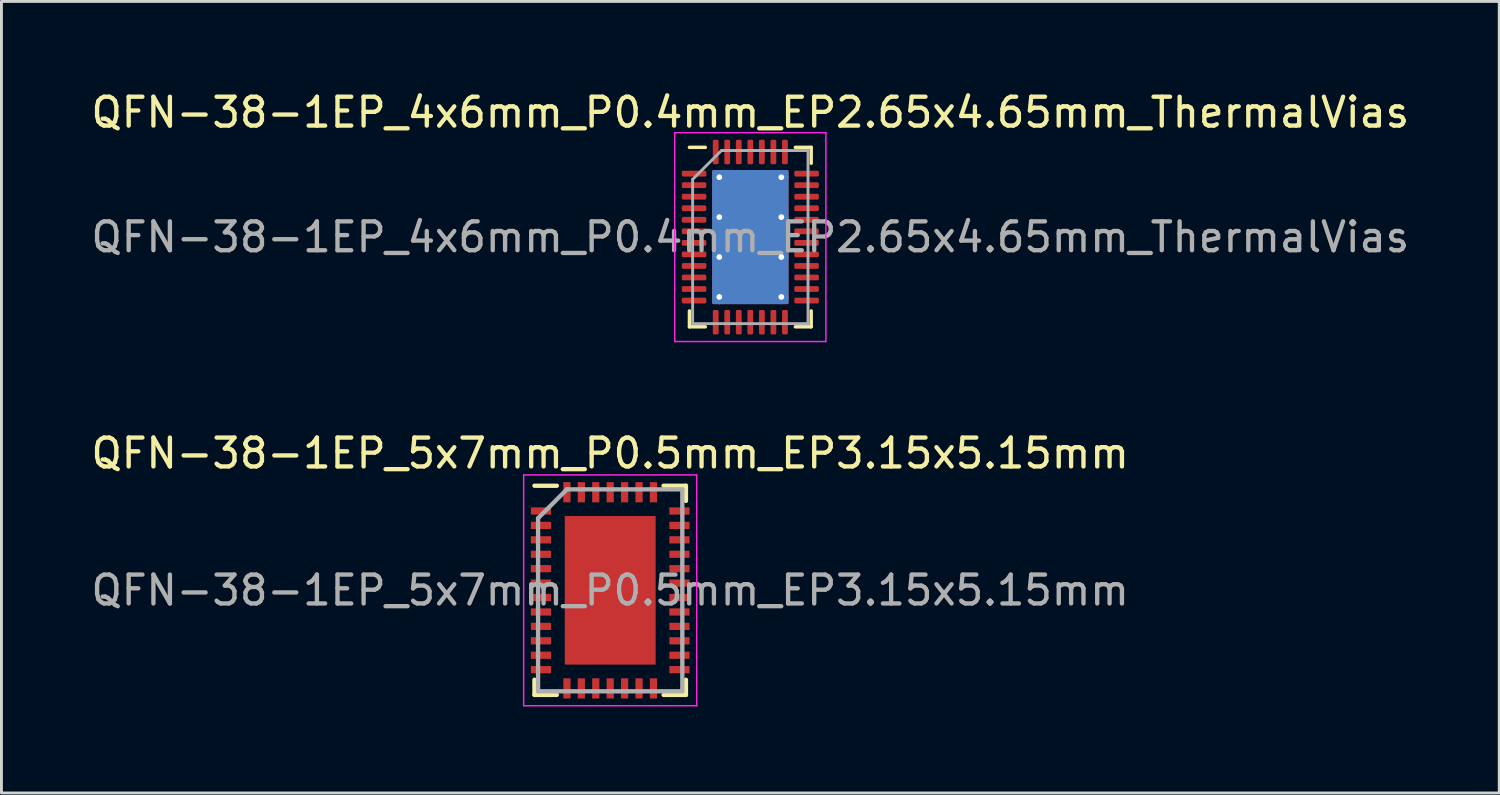
<source format=kicad_pcb>
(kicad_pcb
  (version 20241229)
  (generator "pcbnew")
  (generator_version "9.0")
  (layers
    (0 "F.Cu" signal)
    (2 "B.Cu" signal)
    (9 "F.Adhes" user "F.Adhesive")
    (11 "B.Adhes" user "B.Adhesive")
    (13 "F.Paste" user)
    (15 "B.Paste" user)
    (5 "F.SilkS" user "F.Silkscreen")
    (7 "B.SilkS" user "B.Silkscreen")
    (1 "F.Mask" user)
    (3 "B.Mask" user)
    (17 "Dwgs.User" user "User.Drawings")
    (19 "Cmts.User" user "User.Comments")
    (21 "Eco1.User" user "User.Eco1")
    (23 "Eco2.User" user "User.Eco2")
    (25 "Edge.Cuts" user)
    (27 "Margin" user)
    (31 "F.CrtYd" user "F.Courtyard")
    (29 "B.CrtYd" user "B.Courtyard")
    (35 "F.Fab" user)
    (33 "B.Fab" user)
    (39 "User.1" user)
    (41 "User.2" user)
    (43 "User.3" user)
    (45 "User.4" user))
  (footprint "QFN-38-1EP_4x6mm_P0.4mm_EP2.65x4.65mm_ThermalVias"
    (layer "F.Cu")
    (at 22.958 5.168)
    (property "Reference" "QFN-38-1EP_4x6mm_P0.4mm_EP2.65x4.65mm_ThermalVias" (at 0 -4.32 0) (layer "F.SilkS") (effects (font (size 1 1) (thickness 0.15))))
    (attr smd)
    (fp_line (start -2.11 3.11) (end -2.11 2.56) (stroke (width 0.12) (type solid)) (layer "F.SilkS"))
    (fp_line (start -1.56 -3.11) (end -2.11 -3.11) (stroke (width 0.12) (type solid)) (layer "F.SilkS"))
    (fp_line (start -1.56 3.11) (end -2.11 3.11) (stroke (width 0.12) (type solid)) (layer "F.SilkS"))
    (fp_line (start 1.56 -3.11) (end 2.11 -3.11) (stroke (width 0.12) (type solid)) (layer "F.SilkS"))
    (fp_line (start 1.56 3.11) (end 2.11 3.11) (stroke (width 0.12) (type solid)) (layer "F.SilkS"))
    (fp_line (start 2.11 -3.11) (end 2.11 -2.56) (stroke (width 0.12) (type solid)) (layer "F.SilkS"))
    (fp_line (start 2.11 3.11) (end 2.11 2.56) (stroke (width 0.12) (type solid)) (layer "F.SilkS"))
    (fp_line (start -2.62 -3.62) (end -2.62 3.62) (stroke (width 0.05) (type solid)) (layer "F.CrtYd"))
    (fp_line (start -2.62 3.62) (end 2.62 3.62) (stroke (width 0.05) (type solid)) (layer "F.CrtYd"))
    (fp_line (start 2.62 -3.62) (end -2.62 -3.62) (stroke (width 0.05) (type solid)) (layer "F.CrtYd"))
    (fp_line (start 2.62 3.62) (end 2.62 -3.62) (stroke (width 0.05) (type solid)) (layer "F.CrtYd"))
    (fp_line (start -2 -2) (end -1 -3) (stroke (width 0.1) (type solid)) (layer "F.Fab"))
    (fp_line (start -2 3) (end -2 -2) (stroke (width 0.1) (type solid)) (layer "F.Fab"))
    (fp_line (start -1 -3) (end 2 -3) (stroke (width 0.1) (type solid)) (layer "F.Fab"))
    (fp_line (start 2 -3) (end 2 3) (stroke (width 0.1) (type solid)) (layer "F.Fab"))
    (fp_line (start 2 3) (end -2 3) (stroke (width 0.1) (type solid)) (layer "F.Fab"))
    (fp_text user "${REFERENCE}" (at 0 0 0) (layer "F.Fab") (effects (font (size 1 1) (thickness 0.15))))
    (pad "" smd roundrect (at -0.66 -1.74) (size 1.15 1.01) (layers "F.Paste") (roundrect_rratio 0.248))
    (pad "" smd roundrect (at -0.66 -0.58) (size 1.15 1.01) (layers "F.Paste") (roundrect_rratio 0.248))
    (pad "" smd roundrect (at -0.66 0.58) (size 1.15 1.01) (layers "F.Paste") (roundrect_rratio 0.248))
    (pad "" smd roundrect (at -0.66 1.74) (size 1.15 1.01) (layers "F.Paste") (roundrect_rratio 0.248))
    (pad "" smd roundrect (at 0.66 -1.74) (size 1.15 1.01) (layers "F.Paste") (roundrect_rratio 0.248))
    (pad "" smd roundrect (at 0.66 -0.58) (size 1.15 1.01) (layers "F.Paste") (roundrect_rratio 0.248))
    (pad "" smd roundrect (at 0.66 0.58) (size 1.15 1.01) (layers "F.Paste") (roundrect_rratio 0.248))
    (pad "" smd roundrect (at 0.66 1.74) (size 1.15 1.01) (layers "F.Paste") (roundrect_rratio 0.248))
    (pad "1" smd roundrect (at -1.95 -2.2) (size 0.85 0.2) (layers "F.Cu" "F.Mask" "F.Paste") (roundrect_rratio 0.25))
    (pad "2" smd roundrect (at -1.95 -1.8) (size 0.85 0.2) (layers "F.Cu" "F.Mask" "F.Paste") (roundrect_rratio 0.25))
    (pad "3" smd roundrect (at -1.95 -1.4) (size 0.85 0.2) (layers "F.Cu" "F.Mask" "F.Paste") (roundrect_rratio 0.25))
    (pad "4" smd roundrect (at -1.95 -1) (size 0.85 0.2) (layers "F.Cu" "F.Mask" "F.Paste") (roundrect_rratio 0.25))
    (pad "5" smd roundrect (at -1.95 -0.6) (size 0.85 0.2) (layers "F.Cu" "F.Mask" "F.Paste") (roundrect_rratio 0.25))
    (pad "6" smd roundrect (at -1.95 -0.2) (size 0.85 0.2) (layers "F.Cu" "F.Mask" "F.Paste") (roundrect_rratio 0.25))
    (pad "7" smd roundrect (at -1.95 0.2) (size 0.85 0.2) (layers "F.Cu" "F.Mask" "F.Paste") (roundrect_rratio 0.25))
    (pad "8" smd roundrect (at -1.95 0.6) (size 0.85 0.2) (layers "F.Cu" "F.Mask" "F.Paste") (roundrect_rratio 0.25))
    (pad "9" smd roundrect (at -1.95 1) (size 0.85 0.2) (layers "F.Cu" "F.Mask" "F.Paste") (roundrect_rratio 0.25))
    (pad "10" smd roundrect (at -1.95 1.4) (size 0.85 0.2) (layers "F.Cu" "F.Mask" "F.Paste") (roundrect_rratio 0.25))
    (pad "11" smd roundrect (at -1.95 1.8) (size 0.85 0.2) (layers "F.Cu" "F.Mask" "F.Paste") (roundrect_rratio 0.25))
    (pad "12" smd roundrect (at -1.95 2.2) (size 0.85 0.2) (layers "F.Cu" "F.Mask" "F.Paste") (roundrect_rratio 0.25))
    (pad "13" smd roundrect (at -1.2 2.95) (size 0.2 0.85) (layers "F.Cu" "F.Mask" "F.Paste") (roundrect_rratio 0.25))
    (pad "14" smd roundrect (at -0.8 2.95) (size 0.2 0.85) (layers "F.Cu" "F.Mask" "F.Paste") (roundrect_rratio 0.25))
    (pad "15" smd roundrect (at -0.4 2.95) (size 0.2 0.85) (layers "F.Cu" "F.Mask" "F.Paste") (roundrect_rratio 0.25))
    (pad "16" smd roundrect (at 0 2.95) (size 0.2 0.85) (layers "F.Cu" "F.Mask" "F.Paste") (roundrect_rratio 0.25))
    (pad "17" smd roundrect (at 0.4 2.95) (size 0.2 0.85) (layers "F.Cu" "F.Mask" "F.Paste") (roundrect_rratio 0.25))
    (pad "18" smd roundrect (at 0.8 2.95) (size 0.2 0.85) (layers "F.Cu" "F.Mask" "F.Paste") (roundrect_rratio 0.25))
    (pad "19" smd roundrect (at 1.2 2.95) (size 0.2 0.85) (layers "F.Cu" "F.Mask" "F.Paste") (roundrect_rratio 0.25))
    (pad "20" smd roundrect (at 1.95 2.2) (size 0.85 0.2) (layers "F.Cu" "F.Mask" "F.Paste") (roundrect_rratio 0.25))
    (pad "21" smd roundrect (at 1.95 1.8) (size 0.85 0.2) (layers "F.Cu" "F.Mask" "F.Paste") (roundrect_rratio 0.25))
    (pad "22" smd roundrect (at 1.95 1.4) (size 0.85 0.2) (layers "F.Cu" "F.Mask" "F.Paste") (roundrect_rratio 0.25))
    (pad "23" smd roundrect (at 1.95 1) (size 0.85 0.2) (layers "F.Cu" "F.Mask" "F.Paste") (roundrect_rratio 0.25))
    (pad "24" smd roundrect (at 1.95 0.6) (size 0.85 0.2) (layers "F.Cu" "F.Mask" "F.Paste") (roundrect_rratio 0.25))
    (pad "25" smd roundrect (at 1.95 0.2) (size 0.85 0.2) (layers "F.Cu" "F.Mask" "F.Paste") (roundrect_rratio 0.25))
    (pad "26" smd roundrect (at 1.95 -0.2) (size 0.85 0.2) (layers "F.Cu" "F.Mask" "F.Paste") (roundrect_rratio 0.25))
    (pad "27" smd roundrect (at 1.95 -0.6) (size 0.85 0.2) (layers "F.Cu" "F.Mask" "F.Paste") (roundrect_rratio 0.25))
    (pad "28" smd roundrect (at 1.95 -1) (size 0.85 0.2) (layers "F.Cu" "F.Mask" "F.Paste") (roundrect_rratio 0.25))
    (pad "29" smd roundrect (at 1.95 -1.4) (size 0.85 0.2) (layers "F.Cu" "F.Mask" "F.Paste") (roundrect_rratio 0.25))
    (pad "30" smd roundrect (at 1.95 -1.8) (size 0.85 0.2) (layers "F.Cu" "F.Mask" "F.Paste") (roundrect_rratio 0.25))
    (pad "31" smd roundrect (at 1.95 -2.2) (size 0.85 0.2) (layers "F.Cu" "F.Mask" "F.Paste") (roundrect_rratio 0.25))
    (pad "32" smd roundrect (at 1.2 -2.95) (size 0.2 0.85) (layers "F.Cu" "F.Mask" "F.Paste") (roundrect_rratio 0.25))
    (pad "33" smd roundrect (at 0.8 -2.95) (size 0.2 0.85) (layers "F.Cu" "F.Mask" "F.Paste") (roundrect_rratio 0.25))
    (pad "34" smd roundrect (at 0.4 -2.95) (size 0.2 0.85) (layers "F.Cu" "F.Mask" "F.Paste") (roundrect_rratio 0.25))
    (pad "35" smd roundrect (at 0 -2.95) (size 0.2 0.85) (layers "F.Cu" "F.Mask" "F.Paste") (roundrect_rratio 0.25))
    (pad "36" smd roundrect (at -0.4 -2.95) (size 0.2 0.85) (layers "F.Cu" "F.Mask" "F.Paste") (roundrect_rratio 0.25))
    (pad "37" smd roundrect (at -0.8 -2.95) (size 0.2 0.85) (layers "F.Cu" "F.Mask" "F.Paste") (roundrect_rratio 0.25))
    (pad "38" smd roundrect (at -1.2 -2.95) (size 0.2 0.85) (layers "F.Cu" "F.Mask" "F.Paste") (roundrect_rratio 0.25))
    (pad "39" thru_hole circle (at -1.075 -2.075) (size 0.5 0.5) (drill 0.2) (layers "*.Cu"))
    (pad "39" thru_hole circle (at -1.075 -0.692) (size 0.5 0.5) (drill 0.2) (layers "*.Cu"))
    (pad "39" thru_hole circle (at -1.075 0.692) (size 0.5 0.5) (drill 0.2) (layers "*.Cu"))
    (pad "39" thru_hole circle (at -1.075 2.075) (size 0.5 0.5) (drill 0.2) (layers "*.Cu"))
    (pad "39" smd roundrect (at 0 0) (size 2.65 4.65) (layers "F.Cu" "F.Mask") (roundrect_rratio 0.019))
    (pad "39" smd roundrect (at 0 0) (size 2.65 4.65) (layers "B.Cu") (roundrect_rratio 0.019))
    (pad "39" thru_hole circle (at 1.075 -2.075) (size 0.5 0.5) (drill 0.2) (layers "*.Cu"))
    (pad "39" thru_hole circle (at 1.075 -0.692) (size 0.5 0.5) (drill 0.2) (layers "*.Cu"))
    (pad "39" thru_hole circle (at 1.075 0.692) (size 0.5 0.5) (drill 0.2) (layers "*.Cu"))
    (pad "39" thru_hole circle (at 1.075 2.075) (size 0.5 0.5) (drill 0.2) (layers "*.Cu")))
  (footprint "QFN-38-1EP_5x7mm_P0.5mm_EP3.15x5.15mm"
    (layer "F.Cu")
    (at 18.101 17.412)
    (property "Reference" "QFN-38-1EP_5x7mm_P0.5mm_EP3.15x5.15mm" (at 0 -4.75 0) (layer "F.SilkS") (effects (font (size 1 1) (thickness 0.15))))
    (attr smd)
    (fp_line (start -2.625 -3.625) (end -1.85 -3.625) (stroke (width 0.15) (type solid)) (layer "F.SilkS"))
    (fp_line (start -2.625 3.625) (end -2.625 3.1) (stroke (width 0.15) (type solid)) (layer "F.SilkS"))
    (fp_line (start -2.625 3.625) (end -1.85 3.625) (stroke (width 0.15) (type solid)) (layer "F.SilkS"))
    (fp_line (start 2.625 -3.625) (end 1.85 -3.625) (stroke (width 0.15) (type solid)) (layer "F.SilkS"))
    (fp_line (start 2.625 -3.625) (end 2.625 -3.1) (stroke (width 0.15) (type solid)) (layer "F.SilkS"))
    (fp_line (start 2.625 3.625) (end 1.85 3.625) (stroke (width 0.15) (type solid)) (layer "F.SilkS"))
    (fp_line (start 2.625 3.625) (end 2.625 3.1) (stroke (width 0.15) (type solid)) (layer "F.SilkS"))
    (fp_line (start -3 -4) (end -3 4) (stroke (width 0.05) (type solid)) (layer "F.CrtYd"))
    (fp_line (start -3 -4) (end 3 -4) (stroke (width 0.05) (type solid)) (layer "F.CrtYd"))
    (fp_line (start -3 4) (end 3 4) (stroke (width 0.05) (type solid)) (layer "F.CrtYd"))
    (fp_line (start 3 -4) (end 3 4) (stroke (width 0.05) (type solid)) (layer "F.CrtYd"))
    (fp_line (start -2.5 -2.5) (end -1.5 -3.5) (stroke (width 0.15) (type solid)) (layer "F.Fab"))
    (fp_line (start -2.5 3.5) (end -2.5 -2.5) (stroke (width 0.15) (type solid)) (layer "F.Fab"))
    (fp_line (start -1.5 -3.5) (end 2.5 -3.5) (stroke (width 0.15) (type solid)) (layer "F.Fab"))
    (fp_line (start 2.5 -3.5) (end 2.5 3.5) (stroke (width 0.15) (type solid)) (layer "F.Fab"))
    (fp_line (start 2.5 3.5) (end -2.5 3.5) (stroke (width 0.15) (type solid)) (layer "F.Fab"))
    (fp_text user "${REFERENCE}" (at 0 0 0) (layer "F.Fab") (effects (font (size 1 1) (thickness 0.15))))
    (pad "" smd rect (at -1.05 -2.06) (size 0.84 0.84) (layers "F.Paste"))
    (pad "" smd rect (at -1.05 -1.03) (size 0.84 0.84) (layers "F.Paste"))
    (pad "" smd rect (at -1.05 0) (size 0.84 0.84) (layers "F.Paste"))
    (pad "" smd rect (at -1.05 1.03) (size 0.84 0.84) (layers "F.Paste"))
    (pad "" smd rect (at -1.05 2.06) (size 0.84 0.84) (layers "F.Paste"))
    (pad "" smd rect (at 0 -2.06) (size 0.84 0.84) (layers "F.Paste"))
    (pad "" smd rect (at 0 -1.03) (size 0.84 0.84) (layers "F.Paste"))
    (pad "" smd rect (at 0 0) (size 0.84 0.84) (layers "F.Paste"))
    (pad "" smd rect (at 0 1.03) (size 0.84 0.84) (layers "F.Paste"))
    (pad "" smd rect (at 0 2.06) (size 0.84 0.84) (layers "F.Paste"))
    (pad "" smd rect (at 1.05 -2.06) (size 0.84 0.84) (layers "F.Paste"))
    (pad "" smd rect (at 1.05 -1.03) (size 0.84 0.84) (layers "F.Paste"))
    (pad "" smd rect (at 1.05 0) (size 0.84 0.84) (layers "F.Paste"))
    (pad "" smd rect (at 1.05 1.03) (size 0.84 0.84) (layers "F.Paste"))
    (pad "" smd rect (at 1.05 2.06) (size 0.84 0.84) (layers "F.Paste"))
    (pad "1" smd rect (at -2.4 -2.75) (size 0.7 0.25) (layers "F.Cu" "F.Mask" "F.Paste"))
    (pad "2" smd rect (at -2.4 -2.25) (size 0.7 0.25) (layers "F.Cu" "F.Mask" "F.Paste"))
    (pad "3" smd rect (at -2.4 -1.75) (size 0.7 0.25) (layers "F.Cu" "F.Mask" "F.Paste"))
    (pad "4" smd rect (at -2.4 -1.25) (size 0.7 0.25) (layers "F.Cu" "F.Mask" "F.Paste"))
    (pad "5" smd rect (at -2.4 -0.75) (size 0.7 0.25) (layers "F.Cu" "F.Mask" "F.Paste"))
    (pad "6" smd rect (at -2.4 -0.25) (size 0.7 0.25) (layers "F.Cu" "F.Mask" "F.Paste"))
    (pad "7" smd rect (at -2.4 0.25) (size 0.7 0.25) (layers "F.Cu" "F.Mask" "F.Paste"))
    (pad "8" smd rect (at -2.4 0.75) (size 0.7 0.25) (layers "F.Cu" "F.Mask" "F.Paste"))
    (pad "9" smd rect (at -2.4 1.25) (size 0.7 0.25) (layers "F.Cu" "F.Mask" "F.Paste"))
    (pad "10" smd rect (at -2.4 1.75) (size 0.7 0.25) (layers "F.Cu" "F.Mask" "F.Paste"))
    (pad "11" smd rect (at -2.4 2.25) (size 0.7 0.25) (layers "F.Cu" "F.Mask" "F.Paste"))
    (pad "12" smd rect (at -2.4 2.75) (size 0.7 0.25) (layers "F.Cu" "F.Mask" "F.Paste"))
    (pad "13" smd rect (at -1.5 3.4 90) (size 0.7 0.25) (layers "F.Cu" "F.Mask" "F.Paste"))
    (pad "14" smd rect (at -1 3.4 90) (size 0.7 0.25) (layers "F.Cu" "F.Mask" "F.Paste"))
    (pad "15" smd rect (at -0.5 3.4 90) (size 0.7 0.25) (layers "F.Cu" "F.Mask" "F.Paste"))
    (pad "16" smd rect (at 0 3.4 90) (size 0.7 0.25) (layers "F.Cu" "F.Mask" "F.Paste"))
    (pad "17" smd rect (at 0.5 3.4 90) (size 0.7 0.25) (layers "F.Cu" "F.Mask" "F.Paste"))
    (pad "18" smd rect (at 1 3.4 90) (size 0.7 0.25) (layers "F.Cu" "F.Mask" "F.Paste"))
    (pad "19" smd rect (at 1.5 3.4 90) (size 0.7 0.25) (layers "F.Cu" "F.Mask" "F.Paste"))
    (pad "20" smd rect (at 2.4 2.75) (size 0.7 0.25) (layers "F.Cu" "F.Mask" "F.Paste"))
    (pad "21" smd rect (at 2.4 2.25) (size 0.7 0.25) (layers "F.Cu" "F.Mask" "F.Paste"))
    (pad "22" smd rect (at 2.4 1.75) (size 0.7 0.25) (layers "F.Cu" "F.Mask" "F.Paste"))
    (pad "23" smd rect (at 2.4 1.25) (size 0.7 0.25) (layers "F.Cu" "F.Mask" "F.Paste"))
    (pad "24" smd rect (at 2.4 0.75) (size 0.7 0.25) (layers "F.Cu" "F.Mask" "F.Paste"))
    (pad "25" smd rect (at 2.4 0.25) (size 0.7 0.25) (layers "F.Cu" "F.Mask" "F.Paste"))
    (pad "26" smd rect (at 2.4 -0.25) (size 0.7 0.25) (layers "F.Cu" "F.Mask" "F.Paste"))
    (pad "27" smd rect (at 2.4 -0.75) (size 0.7 0.25) (layers "F.Cu" "F.Mask" "F.Paste"))
    (pad "28" smd rect (at 2.4 -1.25) (size 0.7 0.25) (layers "F.Cu" "F.Mask" "F.Paste"))
    (pad "29" smd rect (at 2.4 -1.75) (size 0.7 0.25) (layers "F.Cu" "F.Mask" "F.Paste"))
    (pad "30" smd rect (at 2.4 -2.25) (size 0.7 0.25) (layers "F.Cu" "F.Mask" "F.Paste"))
    (pad "31" smd rect (at 2.4 -2.75) (size 0.7 0.25) (layers "F.Cu" "F.Mask" "F.Paste"))
    (pad "32" smd rect (at 1.5 -3.4 90) (size 0.7 0.25) (layers "F.Cu" "F.Mask" "F.Paste"))
    (pad "33" smd rect (at 1 -3.4 90) (size 0.7 0.25) (layers "F.Cu" "F.Mask" "F.Paste"))
    (pad "34" smd rect (at 0.5 -3.4 90) (size 0.7 0.25) (layers "F.Cu" "F.Mask" "F.Paste"))
    (pad "35" smd rect (at 0 -3.4 90) (size 0.7 0.25) (layers "F.Cu" "F.Mask" "F.Paste"))
    (pad "36" smd rect (at -0.5 -3.4 90) (size 0.7 0.25) (layers "F.Cu" "F.Mask" "F.Paste"))
    (pad "37" smd rect (at -1 -3.4 90) (size 0.7 0.25) (layers "F.Cu" "F.Mask" "F.Paste"))
    (pad "38" smd rect (at -1.5 -3.4 90) (size 0.7 0.25) (layers "F.Cu" "F.Mask" "F.Paste"))
    (pad "39" smd rect (at 0 0) (size 3.15 5.15) (layers "F.Cu" "F.Mask")))
  (gr_rect
    (start -3 -3)
    (end 48.917 24.436)
    (stroke (width 0.1) (type default))
    (fill no)
    (layer "Edge.Cuts")))
</source>
